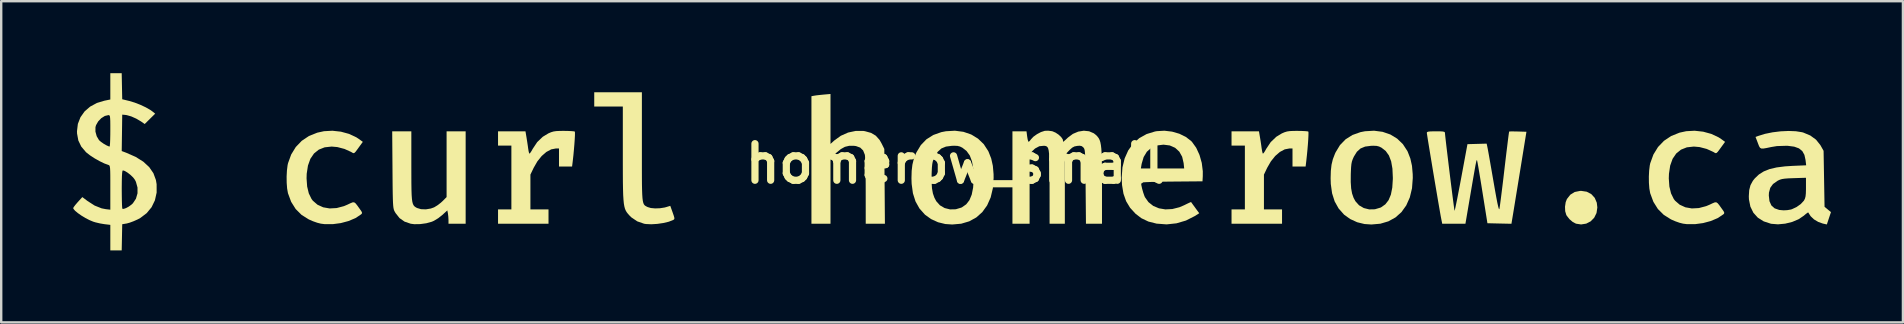
<source format=kicad_pcb>
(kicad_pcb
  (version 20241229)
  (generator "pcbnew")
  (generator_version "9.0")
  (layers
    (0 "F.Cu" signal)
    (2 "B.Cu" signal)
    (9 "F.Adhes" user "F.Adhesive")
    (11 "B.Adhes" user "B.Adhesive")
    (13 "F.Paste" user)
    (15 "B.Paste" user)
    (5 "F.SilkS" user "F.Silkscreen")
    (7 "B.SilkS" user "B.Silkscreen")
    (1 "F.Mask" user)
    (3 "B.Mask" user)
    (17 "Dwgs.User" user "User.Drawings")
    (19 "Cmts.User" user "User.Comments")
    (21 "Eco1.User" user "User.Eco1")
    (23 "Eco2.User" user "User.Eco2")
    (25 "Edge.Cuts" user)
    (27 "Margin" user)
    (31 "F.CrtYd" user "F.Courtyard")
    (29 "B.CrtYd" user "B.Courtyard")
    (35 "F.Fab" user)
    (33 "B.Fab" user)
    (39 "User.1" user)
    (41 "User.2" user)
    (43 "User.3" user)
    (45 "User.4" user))
  (footprint "homerow_small"
    (layer "F.Cu")
    (at 36.749 3.77)
    (property "Reference" "homerow_small" (at 0 0 0) (layer "F.SilkS") (effects (font (size 1.524 1.524) (thickness 0.3))))
    (attr board_only exclude_from_pos_files exclude_from_bom)
    (fp_poly (pts (xy 26.306 1.167) (xy 26.497 1.267) (xy 26.64 1.422) (xy 26.726 1.625) (xy 26.749 1.823) (xy 26.715 2.055) (xy 26.618 2.251) (xy 26.472 2.401) (xy 26.286 2.497) (xy 26.072 2.531) (xy 25.861 2.499) (xy 25.727 2.43) (xy 25.59 2.313) (xy 25.479 2.174) (xy 25.456 2.135) (xy 25.41 1.981) (xy 25.402 1.793) (xy 25.43 1.605) (xy 25.481 1.473) (xy 25.623 1.292) (xy 25.805 1.179) (xy 26.029 1.134) (xy 26.075 1.132)) (stroke (width 0) (type solid)) (fill yes) (layer "F.SilkS"))
    (fp_poly (pts (xy -5.199 -0.824) (xy -5.042 -0.966) (xy -4.77 -1.163) (xy -4.466 -1.298) (xy -4.145 -1.366) (xy -3.824 -1.364) (xy -3.763 -1.354) (xy -3.508 -1.283) (xy -3.31 -1.165) (xy -3.153 -0.988) (xy -3.076 -0.853) (xy -2.957 -0.615) (xy -2.944 0.943) (xy -2.932 2.5) (xy -3.731 2.5) (xy -3.732 1.141) (xy -3.733 0.813) (xy -3.736 0.504) (xy -3.741 0.226) (xy -3.747 -0.013) (xy -3.754 -0.2) (xy -3.762 -0.327) (xy -3.768 -0.373) (xy -3.84 -0.552) (xy -3.96 -0.67) (xy -4.136 -0.734) (xy -4.22 -0.745) (xy -4.422 -0.745) (xy -4.598 -0.703) (xy -4.768 -0.609) (xy -4.955 -0.455) (xy -4.963 -0.449) (xy -5.199 -0.23) (xy -5.199 2.5) (xy -5.993 2.5) (xy -5.993 -2.812) (xy -5.884 -2.832) (xy -5.789 -2.847) (xy -5.647 -2.863) (xy -5.487 -2.879) (xy -5.199 -2.905)) (stroke (width 0) (type solid)) (fill yes) (layer "F.SilkS"))
    (fp_poly (pts (xy -16.127 -1.364) (xy -15.981 -1.357) (xy -15.882 -1.347) (xy -15.851 -1.338) (xy -15.845 -1.291) (xy -15.846 -1.178) (xy -15.855 -1.014) (xy -15.869 -0.813) (xy -15.888 -0.587) (xy -15.91 -0.351) (xy -15.936 -0.119) (xy -15.942 -0.069) (xy -15.965 0.119) (xy -16.51 0.119) (xy -16.51 -0.635) (xy -16.636 -0.635) (xy -16.835 -0.597) (xy -17.037 -0.489) (xy -17.232 -0.32) (xy -17.412 -0.096) (xy -17.564 0.169) (xy -17.701 0.454) (xy -17.701 1.905) (xy -16.947 1.905) (xy -16.947 2.5) (xy -19.05 2.5) (xy -19.05 1.905) (xy -18.494 1.905) (xy -18.494 -0.754) (xy -19.05 -0.754) (xy -19.05 -1.349) (xy -17.907 -1.349) (xy -17.865 -1.101) (xy -17.837 -0.925) (xy -17.809 -0.741) (xy -17.796 -0.644) (xy -17.777 -0.524) (xy -17.756 -0.441) (xy -17.744 -0.419) (xy -17.714 -0.442) (xy -17.661 -0.52) (xy -17.605 -0.619) (xy -17.419 -0.899) (xy -17.186 -1.122) (xy -16.953 -1.263) (xy -16.841 -1.311) (xy -16.738 -1.342) (xy -16.621 -1.359) (xy -16.466 -1.366) (xy -16.303 -1.367)) (stroke (width 0) (type solid)) (fill yes) (layer "F.SilkS"))
    (fp_poly (pts (xy 14.432 -1.364) (xy 14.579 -1.357) (xy 14.677 -1.347) (xy 14.709 -1.338) (xy 14.715 -1.291) (xy 14.713 -1.178) (xy 14.705 -1.014) (xy 14.691 -0.813) (xy 14.672 -0.587) (xy 14.649 -0.351) (xy 14.624 -0.119) (xy 14.618 -0.069) (xy 14.595 0.119) (xy 14.049 0.119) (xy 14.049 -0.635) (xy 13.923 -0.635) (xy 13.724 -0.597) (xy 13.522 -0.489) (xy 13.327 -0.32) (xy 13.148 -0.096) (xy 12.995 0.169) (xy 12.859 0.454) (xy 12.859 1.905) (xy 13.613 1.905) (xy 13.613 2.5) (xy 11.509 2.5) (xy 11.509 1.905) (xy 12.065 1.905) (xy 12.065 -0.754) (xy 11.509 -0.754) (xy 11.509 -1.349) (xy 12.652 -1.349) (xy 12.694 -1.101) (xy 12.723 -0.925) (xy 12.75 -0.741) (xy 12.763 -0.644) (xy 12.783 -0.524) (xy 12.804 -0.441) (xy 12.816 -0.419) (xy 12.846 -0.442) (xy 12.899 -0.52) (xy 12.954 -0.619) (xy 13.141 -0.899) (xy 13.374 -1.122) (xy 13.607 -1.263) (xy 13.719 -1.311) (xy 13.822 -1.342) (xy 13.939 -1.359) (xy 14.093 -1.366) (xy 14.256 -1.367)) (stroke (width 0) (type solid)) (fill yes) (layer "F.SilkS"))
    (fp_poly (pts (xy -22.662 0.101) (xy -22.661 0.503) (xy -22.66 0.832) (xy -22.656 1.098) (xy -22.649 1.307) (xy -22.637 1.469) (xy -22.62 1.589) (xy -22.596 1.676) (xy -22.565 1.738) (xy -22.525 1.783) (xy -22.476 1.817) (xy -22.425 1.845) (xy -22.259 1.895) (xy -22.057 1.902) (xy -21.851 1.868) (xy -21.713 1.818) (xy -21.579 1.737) (xy -21.436 1.628) (xy -21.363 1.561) (xy -21.193 1.391) (xy -21.193 -1.349) (xy -20.399 -1.349) (xy -20.399 2.5) (xy -21.114 2.5) (xy -21.114 2.347) (xy -21.121 2.207) (xy -21.137 2.077) (xy -21.138 2.069) (xy -21.163 1.946) (xy -21.377 2.141) (xy -21.542 2.271) (xy -21.719 2.378) (xy -21.806 2.417) (xy -22.036 2.481) (xy -22.291 2.516) (xy -22.536 2.52) (xy -22.688 2.501) (xy -22.945 2.413) (xy -23.154 2.266) (xy -23.322 2.053) (xy -23.361 1.984) (xy -23.38 1.944) (xy -23.395 1.896) (xy -23.408 1.831) (xy -23.418 1.742) (xy -23.426 1.621) (xy -23.432 1.46) (xy -23.437 1.251) (xy -23.441 0.987) (xy -23.444 0.659) (xy -23.447 0.26) (xy -23.447 0.248) (xy -23.459 -1.349) (xy -22.662 -1.349)) (stroke (width 0) (type solid)) (fill yes) (layer "F.SilkS"))
    (fp_poly (pts (xy -13.057 -0.703) (xy -13.057 -0.209) (xy -13.057 0.212) (xy -13.056 0.566) (xy -13.054 0.859) (xy -13.049 1.098) (xy -13.042 1.288) (xy -13.032 1.436) (xy -13.018 1.547) (xy -12.999 1.629) (xy -12.976 1.687) (xy -12.947 1.727) (xy -12.912 1.756) (xy -12.87 1.78) (xy -12.821 1.805) (xy -12.819 1.806) (xy -12.686 1.846) (xy -12.505 1.863) (xy -12.304 1.856) (xy -12.112 1.826) (xy -12.055 1.811) (xy -11.874 1.756) (xy -11.776 2.03) (xy -11.727 2.172) (xy -11.704 2.257) (xy -11.705 2.304) (xy -11.73 2.331) (xy -11.755 2.345) (xy -11.933 2.416) (xy -12.163 2.471) (xy -12.417 2.508) (xy -12.668 2.523) (xy -12.889 2.513) (xy -12.964 2.501) (xy -13.249 2.402) (xy -13.494 2.237) (xy -13.584 2.148) (xy -13.64 2.084) (xy -13.689 2.021) (xy -13.729 1.953) (xy -13.762 1.874) (xy -13.788 1.776) (xy -13.809 1.652) (xy -13.824 1.496) (xy -13.836 1.301) (xy -13.843 1.06) (xy -13.848 0.765) (xy -13.85 0.41) (xy -13.851 -0.011) (xy -13.851 -0.404) (xy -13.851 -2.381) (xy -15.042 -2.381) (xy -15.042 -2.977) (xy -13.057 -2.977)) (stroke (width 0) (type solid)) (fill yes) (layer "F.SilkS"))
    (fp_poly (pts (xy -25.595 -1.334) (xy -25.256 -1.241) (xy -24.953 -1.099) (xy -24.847 -1.029) (xy -24.683 -0.91) (xy -24.805 -0.743) (xy -24.912 -0.595) (xy -24.983 -0.5) (xy -25.032 -0.451) (xy -25.07 -0.438) (xy -25.11 -0.453) (xy -25.166 -0.487) (xy -25.173 -0.491) (xy -25.447 -0.615) (xy -25.745 -0.693) (xy -25.983 -0.714) (xy -26.274 -0.682) (xy -26.519 -0.585) (xy -26.717 -0.425) (xy -26.868 -0.204) (xy -26.969 0.078) (xy -27.021 0.418) (xy -27.027 0.611) (xy -27.003 0.95) (xy -26.933 1.239) (xy -26.819 1.471) (xy -26.766 1.541) (xy -26.572 1.709) (xy -26.335 1.817) (xy -26.065 1.864) (xy -25.773 1.848) (xy -25.47 1.768) (xy -25.33 1.709) (xy -25.197 1.646) (xy -25.109 1.611) (xy -25.046 1.609) (xy -24.989 1.648) (xy -24.919 1.734) (xy -24.819 1.874) (xy -24.807 1.89) (xy -24.739 1.988) (xy -24.715 2.046) (xy -24.729 2.086) (xy -24.756 2.111) (xy -24.989 2.266) (xy -25.277 2.388) (xy -25.599 2.474) (xy -25.935 2.519) (xy -26.266 2.519) (xy -26.432 2.498) (xy -26.579 2.461) (xy -26.758 2.398) (xy -26.93 2.323) (xy -26.935 2.321) (xy -27.236 2.132) (xy -27.481 1.888) (xy -27.669 1.588) (xy -27.801 1.232) (xy -27.804 1.22) (xy -27.837 1.033) (xy -27.855 0.796) (xy -27.858 0.537) (xy -27.845 0.284) (xy -27.818 0.065) (xy -27.8 -0.018) (xy -27.668 -0.382) (xy -27.476 -0.695) (xy -27.228 -0.953) (xy -26.928 -1.154) (xy -26.58 -1.293) (xy -26.3 -1.354) (xy -25.95 -1.373)) (stroke (width 0) (type solid)) (fill yes) (layer "F.SilkS"))
    (fp_poly (pts (xy 31.158 -1.334) (xy 31.497 -1.241) (xy 31.8 -1.099) (xy 31.906 -1.029) (xy 32.071 -0.91) (xy 31.949 -0.743) (xy 31.841 -0.595) (xy 31.77 -0.5) (xy 31.721 -0.451) (xy 31.683 -0.438) (xy 31.643 -0.453) (xy 31.587 -0.487) (xy 31.58 -0.491) (xy 31.306 -0.615) (xy 31.008 -0.693) (xy 30.77 -0.714) (xy 30.479 -0.682) (xy 30.234 -0.585) (xy 30.036 -0.425) (xy 29.885 -0.204) (xy 29.784 0.078) (xy 29.733 0.418) (xy 29.726 0.611) (xy 29.75 0.95) (xy 29.82 1.239) (xy 29.934 1.471) (xy 29.987 1.541) (xy 30.181 1.709) (xy 30.419 1.817) (xy 30.688 1.864) (xy 30.98 1.848) (xy 31.283 1.768) (xy 31.424 1.709) (xy 31.556 1.646) (xy 31.644 1.611) (xy 31.707 1.609) (xy 31.764 1.648) (xy 31.834 1.734) (xy 31.934 1.874) (xy 31.946 1.89) (xy 32.014 1.988) (xy 32.038 2.046) (xy 32.024 2.086) (xy 31.997 2.111) (xy 31.764 2.266) (xy 31.476 2.388) (xy 31.154 2.474) (xy 30.818 2.519) (xy 30.487 2.519) (xy 30.321 2.498) (xy 30.174 2.461) (xy 29.995 2.398) (xy 29.823 2.323) (xy 29.818 2.321) (xy 29.517 2.132) (xy 29.272 1.888) (xy 29.084 1.588) (xy 28.952 1.232) (xy 28.949 1.22) (xy 28.916 1.033) (xy 28.898 0.796) (xy 28.895 0.537) (xy 28.908 0.284) (xy 28.935 0.065) (xy 28.953 -0.018) (xy 29.085 -0.382) (xy 29.277 -0.695) (xy 29.525 -0.953) (xy 29.825 -1.154) (xy 30.173 -1.293) (xy 30.453 -1.354) (xy 30.803 -1.373)) (stroke (width 0) (type solid)) (fill yes) (layer "F.SilkS"))
    (fp_poly (pts (xy 0.34 -1.328) (xy 0.663 -1.217) (xy 0.947 -1.044) (xy 1.186 -0.814) (xy 1.371 -0.529) (xy 1.387 -0.496) (xy 1.497 -0.215) (xy 1.565 0.089) (xy 1.595 0.435) (xy 1.597 0.597) (xy 1.565 1.024) (xy 1.474 1.406) (xy 1.326 1.738) (xy 1.125 2.017) (xy 0.876 2.239) (xy 0.582 2.401) (xy 0.246 2.5) (xy -0.127 2.533) (xy -0.417 2.513) (xy -0.719 2.439) (xy -1.01 2.306) (xy -1.26 2.126) (xy -1.27 2.116) (xy -1.493 1.865) (xy -1.657 1.572) (xy -1.765 1.233) (xy -1.818 0.841) (xy -1.821 0.763) (xy -0.988 0.763) (xy -0.971 1.026) (xy -0.932 1.241) (xy -0.868 1.423) (xy -0.791 1.565) (xy -0.64 1.733) (xy -0.444 1.848) (xy -0.219 1.904) (xy 0.019 1.899) (xy 0.252 1.829) (xy 0.279 1.816) (xy 0.455 1.692) (xy 0.59 1.518) (xy 0.685 1.288) (xy 0.743 0.996) (xy 0.766 0.639) (xy 0.767 0.575) (xy 0.75 0.205) (xy 0.696 -0.098) (xy 0.604 -0.342) (xy 0.47 -0.529) (xy 0.296 -0.666) (xy 0.194 -0.716) (xy 0.09 -0.742) (xy -0.046 -0.748) (xy -0.142 -0.745) (xy -0.389 -0.713) (xy -0.58 -0.634) (xy -0.73 -0.498) (xy -0.855 -0.297) (xy -0.858 -0.291) (xy -0.906 -0.186) (xy -0.939 -0.09) (xy -0.96 0.02) (xy -0.974 0.161) (xy -0.983 0.355) (xy -0.986 0.437) (xy -0.988 0.763) (xy -1.821 0.763) (xy -1.826 0.609) (xy -1.817 0.299) (xy -1.787 0.042) (xy -1.732 -0.186) (xy -1.647 -0.41) (xy -1.617 -0.474) (xy -1.435 -0.775) (xy -1.202 -1.016) (xy -0.917 -1.196) (xy -0.581 -1.315) (xy -0.391 -1.352) (xy -0.014 -1.374)) (stroke (width 0) (type solid)) (fill yes) (layer "F.SilkS"))
    (fp_poly (pts (xy 17.802 -1.328) (xy 18.125 -1.217) (xy 18.41 -1.044) (xy 18.648 -0.814) (xy 18.834 -0.529) (xy 18.85 -0.496) (xy 18.959 -0.215) (xy 19.027 0.089) (xy 19.057 0.435) (xy 19.06 0.597) (xy 19.028 1.024) (xy 18.936 1.406) (xy 18.788 1.738) (xy 18.588 2.017) (xy 18.339 2.239) (xy 18.045 2.401) (xy 17.709 2.5) (xy 17.335 2.533) (xy 17.046 2.513) (xy 16.744 2.439) (xy 16.453 2.306) (xy 16.202 2.126) (xy 16.192 2.116) (xy 15.97 1.865) (xy 15.806 1.572) (xy 15.698 1.233) (xy 15.644 0.841) (xy 15.642 0.763) (xy 16.475 0.763) (xy 16.492 1.026) (xy 16.531 1.241) (xy 16.594 1.423) (xy 16.671 1.565) (xy 16.822 1.733) (xy 17.019 1.848) (xy 17.244 1.904) (xy 17.481 1.899) (xy 17.715 1.829) (xy 17.742 1.816) (xy 17.917 1.692) (xy 18.052 1.518) (xy 18.148 1.288) (xy 18.206 0.996) (xy 18.229 0.639) (xy 18.229 0.575) (xy 18.212 0.205) (xy 18.159 -0.098) (xy 18.066 -0.342) (xy 17.933 -0.529) (xy 17.759 -0.666) (xy 17.656 -0.716) (xy 17.552 -0.742) (xy 17.416 -0.748) (xy 17.32 -0.745) (xy 17.074 -0.713) (xy 16.883 -0.634) (xy 16.732 -0.498) (xy 16.607 -0.297) (xy 16.604 -0.291) (xy 16.557 -0.186) (xy 16.524 -0.09) (xy 16.502 0.02) (xy 16.489 0.161) (xy 16.48 0.355) (xy 16.477 0.437) (xy 16.475 0.763) (xy 15.642 0.763) (xy 15.637 0.609) (xy 15.646 0.299) (xy 15.675 0.042) (xy 15.73 -0.186) (xy 15.816 -0.41) (xy 15.845 -0.474) (xy 16.027 -0.775) (xy 16.261 -1.016) (xy 16.546 -1.196) (xy 16.881 -1.315) (xy 17.071 -1.352) (xy 17.448 -1.374)) (stroke (width 0) (type solid)) (fill yes) (layer "F.SilkS"))
    (fp_poly (pts (xy 9.031 -1.336) (xy 9.335 -1.248) (xy 9.606 -1.115) (xy 9.827 -0.944) (xy 9.863 -0.907) (xy 10.038 -0.662) (xy 10.175 -0.363) (xy 10.269 -0.032) (xy 10.312 0.313) (xy 10.311 0.521) (xy 10.299 0.734) (xy 9.019 0.745) (xy 8.674 0.749) (xy 8.372 0.754) (xy 8.122 0.762) (xy 7.928 0.77) (xy 7.8 0.779) (xy 7.742 0.79) (xy 7.739 0.792) (xy 7.752 0.896) (xy 7.784 1.042) (xy 7.829 1.2) (xy 7.876 1.336) (xy 7.9 1.393) (xy 8.048 1.601) (xy 8.246 1.758) (xy 8.485 1.859) (xy 8.754 1.904) (xy 9.042 1.889) (xy 9.339 1.814) (xy 9.526 1.734) (xy 9.661 1.668) (xy 9.764 1.62) (xy 9.819 1.598) (xy 9.824 1.598) (xy 9.848 1.632) (xy 9.907 1.714) (xy 9.989 1.825) (xy 9.996 1.836) (xy 10.163 2.064) (xy 9.975 2.183) (xy 9.61 2.368) (xy 9.215 2.484) (xy 8.804 2.528) (xy 8.388 2.497) (xy 8.388 2.497) (xy 8.045 2.41) (xy 7.751 2.27) (xy 7.508 2.083) (xy 7.283 1.837) (xy 7.117 1.562) (xy 7.007 1.249) (xy 6.947 0.889) (xy 6.933 0.575) (xy 6.961 0.198) (xy 7.732 0.198) (xy 9.536 0.198) (xy 9.513 -0.025) (xy 9.452 -0.289) (xy 9.332 -0.503) (xy 9.159 -0.662) (xy 8.937 -0.76) (xy 8.673 -0.793) (xy 8.397 -0.759) (xy 8.165 -0.66) (xy 7.981 -0.498) (xy 7.847 -0.276) (xy 7.764 0.006) (xy 7.76 0.03) (xy 7.732 0.198) (xy 6.961 0.198) (xy 6.964 0.155) (xy 7.057 -0.223) (xy 7.206 -0.555) (xy 7.411 -0.838) (xy 7.667 -1.066) (xy 7.971 -1.235) (xy 8.32 -1.342) (xy 8.401 -1.356) (xy 8.714 -1.374)) (stroke (width 0) (type solid)) (fill yes) (layer "F.SilkS"))
    (fp_poly (pts (xy 4.02 -1.356) (xy 4.051 -1.349) (xy 4.177 -1.295) (xy 4.303 -1.211) (xy 4.409 -1.113) (xy 4.474 -1.02) (xy 4.485 -0.976) (xy 4.491 -0.921) (xy 4.497 -0.913) (xy 4.53 -0.938) (xy 4.604 -1.004) (xy 4.695 -1.09) (xy 4.899 -1.242) (xy 5.123 -1.337) (xy 5.354 -1.374) (xy 5.575 -1.351) (xy 5.771 -1.267) (xy 5.873 -1.186) (xy 5.928 -1.126) (xy 5.975 -1.063) (xy 6.013 -0.988) (xy 6.043 -0.896) (xy 6.066 -0.778) (xy 6.084 -0.626) (xy 6.096 -0.432) (xy 6.104 -0.19) (xy 6.109 0.108) (xy 6.111 0.47) (xy 6.112 0.904) (xy 6.112 0.92) (xy 6.112 2.5) (xy 5.444 2.5) (xy 5.43 0.957) (xy 5.427 0.565) (xy 5.424 0.246) (xy 5.42 -0.01) (xy 5.415 -0.21) (xy 5.409 -0.362) (xy 5.401 -0.473) (xy 5.392 -0.551) (xy 5.379 -0.604) (xy 5.364 -0.64) (xy 5.345 -0.667) (xy 5.338 -0.675) (xy 5.272 -0.73) (xy 5.189 -0.749) (xy 5.082 -0.742) (xy 4.966 -0.719) (xy 4.87 -0.668) (xy 4.764 -0.573) (xy 4.734 -0.542) (xy 4.564 -0.362) (xy 4.564 2.5) (xy 3.929 2.5) (xy 3.928 0.982) (xy 3.928 0.57) (xy 3.927 0.23) (xy 3.923 -0.045) (xy 3.917 -0.262) (xy 3.906 -0.427) (xy 3.891 -0.549) (xy 3.87 -0.634) (xy 3.842 -0.689) (xy 3.806 -0.721) (xy 3.762 -0.738) (xy 3.708 -0.746) (xy 3.695 -0.747) (xy 3.501 -0.728) (xy 3.322 -0.632) (xy 3.215 -0.53) (xy 3.096 -0.394) (xy 3.096 2.5) (xy 2.381 2.5) (xy 2.381 -1.349) (xy 2.967 -1.349) (xy 2.995 -1.131) (xy 3.015 -1.012) (xy 3.038 -0.932) (xy 3.054 -0.913) (xy 3.097 -0.943) (xy 3.153 -1.014) (xy 3.153 -1.015) (xy 3.254 -1.123) (xy 3.403 -1.23) (xy 3.569 -1.318) (xy 3.724 -1.368) (xy 3.729 -1.369) (xy 3.868 -1.375)) (stroke (width 0) (type solid)) (fill yes) (layer "F.SilkS"))
    (fp_poly (pts (xy 35.021 -1.352) (xy 35.278 -1.311) (xy 35.327 -1.298) (xy 35.621 -1.175) (xy 35.86 -1.001) (xy 36.038 -0.779) (xy 36.053 -0.754) (xy 36.175 -0.536) (xy 36.195 0.63) (xy 36.215 1.795) (xy 36.348 1.906) (xy 36.482 2.017) (xy 36.311 2.531) (xy 36.144 2.494) (xy 35.953 2.426) (xy 35.775 2.32) (xy 35.64 2.192) (xy 35.613 2.153) (xy 35.563 2.074) (xy 35.535 2.03) (xy 35.534 2.029) (xy 35.502 2.045) (xy 35.428 2.101) (xy 35.348 2.169) (xy 35.133 2.314) (xy 34.867 2.426) (xy 34.574 2.498) (xy 34.276 2.526) (xy 33.998 2.504) (xy 33.978 2.5) (xy 33.679 2.402) (xy 33.435 2.248) (xy 33.249 2.042) (xy 33.125 1.788) (xy 33.065 1.488) (xy 33.06 1.357) (xy 33.062 1.325) (xy 33.893 1.325) (xy 33.92 1.561) (xy 34 1.739) (xy 34.135 1.86) (xy 34.328 1.927) (xy 34.512 1.943) (xy 34.662 1.935) (xy 34.804 1.911) (xy 34.85 1.898) (xy 35.046 1.807) (xy 35.222 1.683) (xy 35.349 1.547) (xy 35.362 1.528) (xy 35.399 1.453) (xy 35.423 1.364) (xy 35.436 1.24) (xy 35.441 1.063) (xy 35.441 0.993) (xy 35.441 0.586) (xy 34.935 0.602) (xy 34.717 0.61) (xy 34.56 0.622) (xy 34.446 0.639) (xy 34.357 0.665) (xy 34.274 0.703) (xy 34.252 0.716) (xy 34.067 0.847) (xy 33.953 1.006) (xy 33.899 1.206) (xy 33.893 1.325) (xy 33.062 1.325) (xy 33.076 1.1) (xy 33.13 0.893) (xy 33.229 0.712) (xy 33.31 0.611) (xy 33.48 0.449) (xy 33.682 0.322) (xy 33.924 0.225) (xy 34.217 0.156) (xy 34.569 0.111) (xy 34.879 0.091) (xy 35.449 0.067) (xy 35.423 -0.155) (xy 35.376 -0.368) (xy 35.287 -0.527) (xy 35.148 -0.639) (xy 34.951 -0.71) (xy 34.689 -0.744) (xy 34.647 -0.747) (xy 34.232 -0.734) (xy 33.99 -0.694) (xy 33.797 -0.653) (xy 33.666 -0.631) (xy 33.581 -0.633) (xy 33.527 -0.664) (xy 33.487 -0.73) (xy 33.446 -0.835) (xy 33.435 -0.865) (xy 33.34 -1.114) (xy 33.448 -1.155) (xy 33.731 -1.243) (xy 34.051 -1.308) (xy 34.386 -1.349) (xy 34.717 -1.364)) (stroke (width 0) (type solid)) (fill yes) (layer "F.SilkS"))
    (fp_poly (pts (xy 20.199 -1.348) (xy 20.311 -1.341) (xy 20.372 -1.327) (xy 20.397 -1.303) (xy 20.401 -1.28) (xy 20.406 -1.215) (xy 20.42 -1.084) (xy 20.441 -0.898) (xy 20.468 -0.667) (xy 20.5 -0.401) (xy 20.535 -0.111) (xy 20.572 0.195) (xy 20.61 0.505) (xy 20.648 0.81) (xy 20.685 1.1) (xy 20.718 1.363) (xy 20.748 1.591) (xy 20.772 1.773) (xy 20.79 1.899) (xy 20.8 1.959) (xy 20.801 1.963) (xy 20.812 1.929) (xy 20.836 1.827) (xy 20.87 1.663) (xy 20.914 1.447) (xy 20.964 1.187) (xy 21.021 0.892) (xy 21.079 0.584) (xy 21.338 -0.814) (xy 21.738 -0.825) (xy 22.138 -0.836) (xy 22.178 -0.646) (xy 22.194 -0.56) (xy 22.222 -0.407) (xy 22.259 -0.198) (xy 22.303 0.054) (xy 22.353 0.34) (xy 22.406 0.647) (xy 22.428 0.773) (xy 22.49 1.128) (xy 22.541 1.41) (xy 22.582 1.623) (xy 22.615 1.772) (xy 22.639 1.862) (xy 22.657 1.898) (xy 22.669 1.884) (xy 22.669 1.884) (xy 22.68 1.819) (xy 22.699 1.685) (xy 22.725 1.49) (xy 22.756 1.245) (xy 22.792 0.957) (xy 22.831 0.638) (xy 22.871 0.295) (xy 22.88 0.22) (xy 22.92 -0.121) (xy 22.958 -0.437) (xy 22.993 -0.718) (xy 23.022 -0.958) (xy 23.046 -1.146) (xy 23.064 -1.275) (xy 23.074 -1.335) (xy 23.075 -1.339) (xy 23.118 -1.344) (xy 23.221 -1.345) (xy 23.367 -1.343) (xy 23.442 -1.341) (xy 23.795 -1.33) (xy 23.528 0.318) (xy 23.469 0.681) (xy 23.412 1.03) (xy 23.359 1.354) (xy 23.312 1.643) (xy 23.272 1.888) (xy 23.241 2.078) (xy 23.22 2.204) (xy 23.215 2.234) (xy 23.17 2.503) (xy 22.67 2.492) (xy 22.17 2.48) (xy 21.962 1.177) (xy 21.912 0.865) (xy 21.865 0.579) (xy 21.823 0.328) (xy 21.788 0.121) (xy 21.76 -0.033) (xy 21.742 -0.124) (xy 21.736 -0.145) (xy 21.729 -0.148) (xy 21.72 -0.139) (xy 21.71 -0.11) (xy 21.697 -0.053) (xy 21.678 0.038) (xy 21.653 0.172) (xy 21.621 0.355) (xy 21.579 0.594) (xy 21.527 0.897) (xy 21.465 1.26) (xy 21.254 2.5) (xy 20.286 2.5) (xy 20.245 2.292) (xy 20.225 2.189) (xy 20.196 2.025) (xy 20.159 1.809) (xy 20.114 1.551) (xy 20.065 1.261) (xy 20.012 0.949) (xy 19.957 0.624) (xy 19.902 0.296) (xy 19.849 -0.026) (xy 19.798 -0.331) (xy 19.752 -0.611) (xy 19.712 -0.855) (xy 19.68 -1.053) (xy 19.658 -1.197) (xy 19.646 -1.276) (xy 19.645 -1.287) (xy 19.657 -1.317) (xy 19.702 -1.335) (xy 19.794 -1.345) (xy 19.946 -1.349) (xy 20.022 -1.349)) (stroke (width 0) (type solid)) (fill yes) (layer "F.SilkS"))
    (fp_poly (pts (xy -34.707 -2.685) (xy -34.409 -2.612) (xy -34.189 -2.546) (xy -33.954 -2.455) (xy -33.728 -2.349) (xy -33.538 -2.241) (xy -33.445 -2.174) (xy -33.334 -2.084) (xy -33.552 -1.869) (xy -33.77 -1.653) (xy -33.921 -1.758) (xy -34.12 -1.876) (xy -34.328 -1.969) (xy -34.516 -2.023) (xy -34.568 -2.031) (xy -34.707 -2.044) (xy -34.717 -1.286) (xy -34.728 -0.527) (xy -34.539 -0.456) (xy -34.146 -0.283) (xy -33.828 -0.084) (xy -33.583 0.142) (xy -33.408 0.396) (xy -33.303 0.681) (xy -33.274 0.854) (xy -33.273 1.203) (xy -33.345 1.525) (xy -33.484 1.813) (xy -33.689 2.061) (xy -33.954 2.262) (xy -34.064 2.321) (xy -34.227 2.394) (xy -34.39 2.455) (xy -34.52 2.491) (xy -34.528 2.492) (xy -34.707 2.522) (xy -34.729 3.612) (xy -35.203 3.612) (xy -35.203 2.548) (xy -35.449 2.519) (xy -35.629 2.489) (xy -35.82 2.444) (xy -35.915 2.415) (xy -36.073 2.349) (xy -36.243 2.261) (xy -36.41 2.16) (xy -36.558 2.056) (xy -36.672 1.96) (xy -36.738 1.882) (xy -36.749 1.848) (xy -36.723 1.8) (xy -36.656 1.712) (xy -36.563 1.604) (xy -36.558 1.598) (xy -36.369 1.391) (xy -36.153 1.554) (xy -35.855 1.745) (xy -35.566 1.86) (xy -35.391 1.894) (xy -35.203 1.916) (xy -35.203 1.065) (xy -34.727 1.065) (xy -34.725 1.307) (xy -34.722 1.522) (xy -34.717 1.696) (xy -34.71 1.818) (xy -34.703 1.875) (xy -34.702 1.877) (xy -34.645 1.883) (xy -34.549 1.849) (xy -34.434 1.787) (xy -34.323 1.706) (xy -34.263 1.65) (xy -34.135 1.458) (xy -34.07 1.234) (xy -34.07 0.994) (xy -34.136 0.756) (xy -34.179 0.67) (xy -34.253 0.572) (xy -34.362 0.467) (xy -34.485 0.372) (xy -34.599 0.303) (xy -34.68 0.278) (xy -34.698 0.303) (xy -34.71 0.382) (xy -34.719 0.521) (xy -34.724 0.726) (xy -34.727 1.004) (xy -34.727 1.065) (xy -35.203 1.065) (xy -35.203 0.994) (xy -35.203 0.701) (xy -35.204 0.477) (xy -35.207 0.313) (xy -35.213 0.199) (xy -35.223 0.126) (xy -35.237 0.083) (xy -35.256 0.062) (xy -35.281 0.052) (xy -35.286 0.05) (xy -35.449 -0.009) (xy -35.648 -0.105) (xy -35.856 -0.222) (xy -36.049 -0.348) (xy -36.2 -0.466) (xy -36.216 -0.48) (xy -36.413 -0.712) (xy -36.536 -0.968) (xy -36.589 -1.258) (xy -36.591 -1.337) (xy -35.823 -1.337) (xy -35.77 -1.144) (xy -35.675 -0.983) (xy -35.668 -0.976) (xy -35.589 -0.907) (xy -35.479 -0.831) (xy -35.362 -0.764) (xy -35.267 -0.722) (xy -35.233 -0.714) (xy -35.223 -0.752) (xy -35.214 -0.856) (xy -35.208 -1.013) (xy -35.204 -1.21) (xy -35.203 -1.369) (xy -35.203 -1.611) (xy -35.205 -1.784) (xy -35.211 -1.901) (xy -35.22 -1.972) (xy -35.236 -2.009) (xy -35.259 -2.022) (xy -35.284 -2.024) (xy -35.432 -1.989) (xy -35.581 -1.895) (xy -35.709 -1.761) (xy -35.798 -1.605) (xy -35.822 -1.523) (xy -35.823 -1.337) (xy -36.591 -1.337) (xy -36.592 -1.35) (xy -36.555 -1.658) (xy -36.447 -1.935) (xy -36.275 -2.178) (xy -36.044 -2.378) (xy -35.76 -2.531) (xy -35.451 -2.624) (xy -35.203 -2.675) (xy -35.203 -3.77) (xy -34.729 -3.77)) (stroke (width 0) (type solid)) (fill yes) (layer "F.SilkS")))
  (gr_rect
    (start -3 -3)
    (end 76.23 10.382)
    (stroke (width 0.1) (type default))
    (fill no)
    (layer "Edge.Cuts")))
</source>
